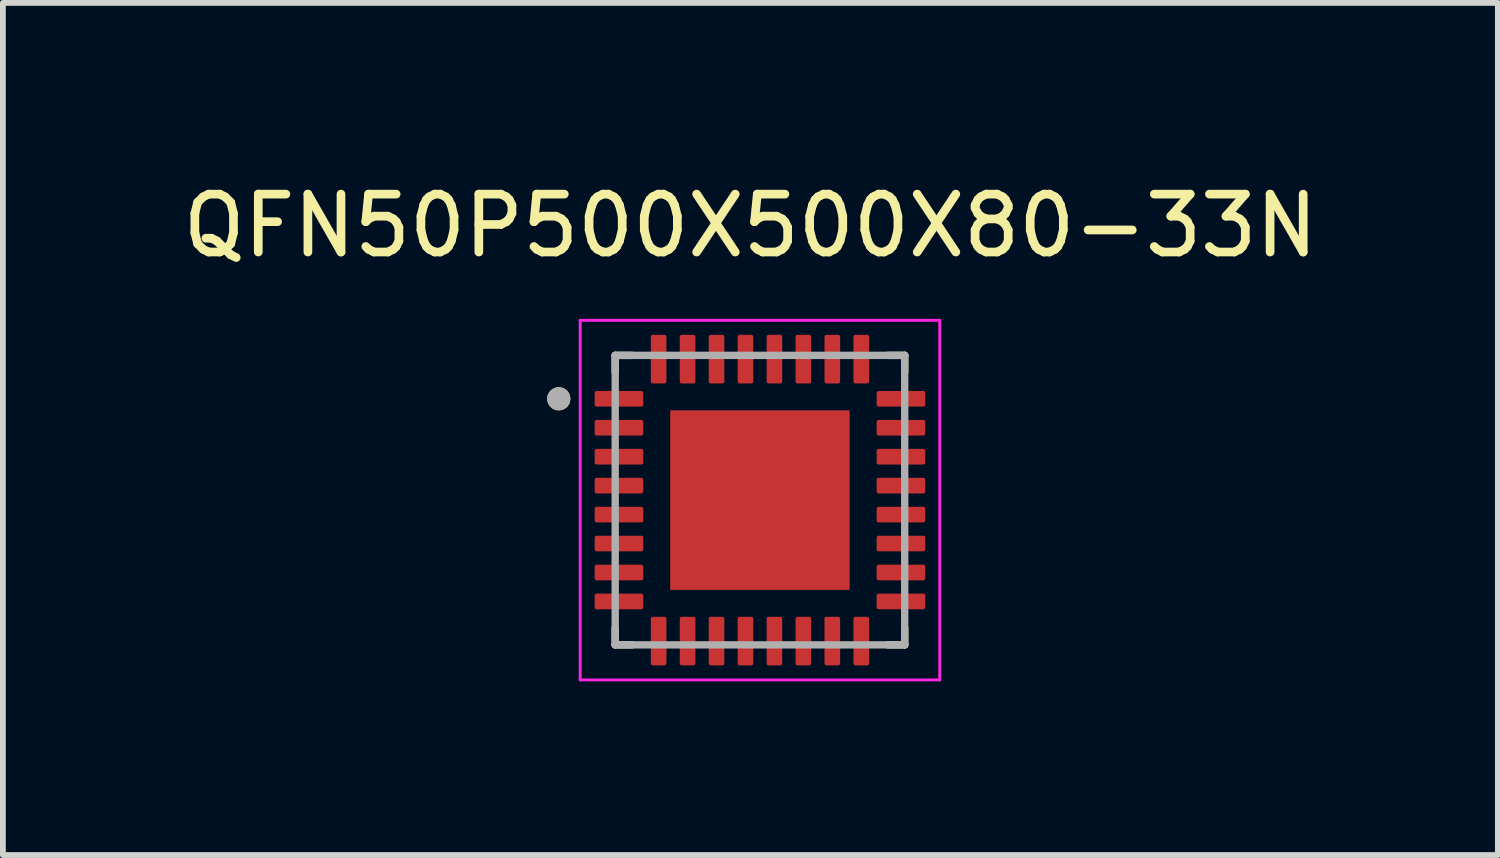
<source format=kicad_pcb>
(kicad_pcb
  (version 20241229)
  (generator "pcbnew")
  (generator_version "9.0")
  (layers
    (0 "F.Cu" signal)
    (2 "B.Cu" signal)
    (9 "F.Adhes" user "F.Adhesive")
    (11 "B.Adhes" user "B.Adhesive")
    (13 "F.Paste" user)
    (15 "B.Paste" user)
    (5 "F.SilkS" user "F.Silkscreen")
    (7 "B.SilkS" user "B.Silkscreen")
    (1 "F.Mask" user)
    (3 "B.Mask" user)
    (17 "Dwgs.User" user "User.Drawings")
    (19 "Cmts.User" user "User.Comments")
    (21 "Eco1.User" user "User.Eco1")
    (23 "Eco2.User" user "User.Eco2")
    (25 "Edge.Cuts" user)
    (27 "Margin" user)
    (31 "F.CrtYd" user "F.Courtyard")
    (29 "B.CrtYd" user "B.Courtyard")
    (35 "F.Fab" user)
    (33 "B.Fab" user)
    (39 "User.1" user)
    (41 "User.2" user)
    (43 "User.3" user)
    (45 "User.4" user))
  (footprint "QFN50P500X500X80-33N"
    (layer "F.Cu")
    (at 10.076 5.588)
    (property "Reference" "QFN50P500X500X80-33N" (at -0.165 -4.74 0) (layer "F.SilkS") (effects (font (size 1 1) (thickness 0.15))))
    (attr smd)
    (fp_line (start -2.5 -2.5) (end -2.5 -2.205) (stroke (width 0.127) (type solid)) (layer "F.SilkS"))
    (fp_line (start -2.5 -2.5) (end -2.205 -2.5) (stroke (width 0.127) (type solid)) (layer "F.SilkS"))
    (fp_line (start -2.5 2.5) (end -2.5 2.205) (stroke (width 0.127) (type solid)) (layer "F.SilkS"))
    (fp_line (start -2.5 2.5) (end -2.205 2.5) (stroke (width 0.127) (type solid)) (layer "F.SilkS"))
    (fp_line (start 2.5 -2.5) (end 2.205 -2.5) (stroke (width 0.127) (type solid)) (layer "F.SilkS"))
    (fp_line (start 2.5 -2.5) (end 2.5 -2.205) (stroke (width 0.127) (type solid)) (layer "F.SilkS"))
    (fp_line (start 2.5 2.5) (end 2.205 2.5) (stroke (width 0.127) (type solid)) (layer "F.SilkS"))
    (fp_line (start 2.5 2.5) (end 2.5 2.205) (stroke (width 0.127) (type solid)) (layer "F.SilkS"))
    (fp_circle (center -3.475 -1.75) (end -3.375 -1.75) (stroke (width 0.2) (type solid)) (fill no) (layer "F.SilkS"))
    (fp_poly (pts (xy -0.98 -0.98) (xy 0.98 -0.98) (xy 0.98 0.98) (xy -0.98 0.98)) (stroke (width 0.01) (type solid)) (fill yes) (layer "F.Paste"))
    (fp_line (start -3.105 -3.105) (end 3.105 -3.105) (stroke (width 0.05) (type solid)) (layer "F.CrtYd"))
    (fp_line (start -3.105 3.105) (end -3.105 -3.105) (stroke (width 0.05) (type solid)) (layer "F.CrtYd"))
    (fp_line (start -3.105 3.105) (end 3.105 3.105) (stroke (width 0.05) (type solid)) (layer "F.CrtYd"))
    (fp_line (start 3.105 3.105) (end 3.105 -3.105) (stroke (width 0.05) (type solid)) (layer "F.CrtYd"))
    (fp_line (start -2.5 2.5) (end -2.5 -2.5) (stroke (width 0.127) (type solid)) (layer "F.Fab"))
    (fp_line (start 2.5 -2.5) (end -2.5 -2.5) (stroke (width 0.127) (type solid)) (layer "F.Fab"))
    (fp_line (start 2.5 2.5) (end -2.5 2.5) (stroke (width 0.127) (type solid)) (layer "F.Fab"))
    (fp_line (start 2.5 2.5) (end 2.5 -2.5) (stroke (width 0.127) (type solid)) (layer "F.Fab"))
    (fp_circle (center -3.475 -1.75) (end -3.375 -1.75) (stroke (width 0.2) (type solid)) (fill no) (layer "F.Fab"))
    (pad "1" smd roundrect (at -2.435 -1.75) (size 0.84 0.27) (layers "F.Cu" "F.Mask" "F.Paste") (roundrect_rratio 0.125))
    (pad "2" smd roundrect (at -2.435 -1.25) (size 0.84 0.27) (layers "F.Cu" "F.Mask" "F.Paste") (roundrect_rratio 0.125))
    (pad "3" smd roundrect (at -2.435 -0.75) (size 0.84 0.27) (layers "F.Cu" "F.Mask" "F.Paste") (roundrect_rratio 0.125))
    (pad "4" smd roundrect (at -2.435 -0.25) (size 0.84 0.27) (layers "F.Cu" "F.Mask" "F.Paste") (roundrect_rratio 0.125))
    (pad "5" smd roundrect (at -2.435 0.25) (size 0.84 0.27) (layers "F.Cu" "F.Mask" "F.Paste") (roundrect_rratio 0.125))
    (pad "6" smd roundrect (at -2.435 0.75) (size 0.84 0.27) (layers "F.Cu" "F.Mask" "F.Paste") (roundrect_rratio 0.125))
    (pad "7" smd roundrect (at -2.435 1.25) (size 0.84 0.27) (layers "F.Cu" "F.Mask" "F.Paste") (roundrect_rratio 0.125))
    (pad "8" smd roundrect (at -2.435 1.75) (size 0.84 0.27) (layers "F.Cu" "F.Mask" "F.Paste") (roundrect_rratio 0.125))
    (pad "9" smd roundrect (at -1.75 2.435) (size 0.27 0.84) (layers "F.Cu" "F.Mask" "F.Paste") (roundrect_rratio 0.125))
    (pad "10" smd roundrect (at -1.25 2.435) (size 0.27 0.84) (layers "F.Cu" "F.Mask" "F.Paste") (roundrect_rratio 0.125))
    (pad "11" smd roundrect (at -0.75 2.435) (size 0.27 0.84) (layers "F.Cu" "F.Mask" "F.Paste") (roundrect_rratio 0.125))
    (pad "12" smd roundrect (at -0.25 2.435) (size 0.27 0.84) (layers "F.Cu" "F.Mask" "F.Paste") (roundrect_rratio 0.125))
    (pad "13" smd roundrect (at 0.25 2.435) (size 0.27 0.84) (layers "F.Cu" "F.Mask" "F.Paste") (roundrect_rratio 0.125))
    (pad "14" smd roundrect (at 0.75 2.435) (size 0.27 0.84) (layers "F.Cu" "F.Mask" "F.Paste") (roundrect_rratio 0.125))
    (pad "15" smd roundrect (at 1.25 2.435) (size 0.27 0.84) (layers "F.Cu" "F.Mask" "F.Paste") (roundrect_rratio 0.125))
    (pad "16" smd roundrect (at 1.75 2.435) (size 0.27 0.84) (layers "F.Cu" "F.Mask" "F.Paste") (roundrect_rratio 0.125))
    (pad "17" smd roundrect (at 2.435 1.75) (size 0.84 0.27) (layers "F.Cu" "F.Mask" "F.Paste") (roundrect_rratio 0.125))
    (pad "18" smd roundrect (at 2.435 1.25) (size 0.84 0.27) (layers "F.Cu" "F.Mask" "F.Paste") (roundrect_rratio 0.125))
    (pad "19" smd roundrect (at 2.435 0.75) (size 0.84 0.27) (layers "F.Cu" "F.Mask" "F.Paste") (roundrect_rratio 0.125))
    (pad "20" smd roundrect (at 2.435 0.25) (size 0.84 0.27) (layers "F.Cu" "F.Mask" "F.Paste") (roundrect_rratio 0.125))
    (pad "21" smd roundrect (at 2.435 -0.25) (size 0.84 0.27) (layers "F.Cu" "F.Mask" "F.Paste") (roundrect_rratio 0.125))
    (pad "22" smd roundrect (at 2.435 -0.75) (size 0.84 0.27) (layers "F.Cu" "F.Mask" "F.Paste") (roundrect_rratio 0.125))
    (pad "23" smd roundrect (at 2.435 -1.25) (size 0.84 0.27) (layers "F.Cu" "F.Mask" "F.Paste") (roundrect_rratio 0.125))
    (pad "24" smd roundrect (at 2.435 -1.75) (size 0.84 0.27) (layers "F.Cu" "F.Mask" "F.Paste") (roundrect_rratio 0.125))
    (pad "25" smd roundrect (at 1.75 -2.435) (size 0.27 0.84) (layers "F.Cu" "F.Mask" "F.Paste") (roundrect_rratio 0.125))
    (pad "26" smd roundrect (at 1.25 -2.435) (size 0.27 0.84) (layers "F.Cu" "F.Mask" "F.Paste") (roundrect_rratio 0.125))
    (pad "27" smd roundrect (at 0.75 -2.435) (size 0.27 0.84) (layers "F.Cu" "F.Mask" "F.Paste") (roundrect_rratio 0.125))
    (pad "28" smd roundrect (at 0.25 -2.435) (size 0.27 0.84) (layers "F.Cu" "F.Mask" "F.Paste") (roundrect_rratio 0.125))
    (pad "29" smd roundrect (at -0.25 -2.435) (size 0.27 0.84) (layers "F.Cu" "F.Mask" "F.Paste") (roundrect_rratio 0.125))
    (pad "30" smd roundrect (at -0.75 -2.435) (size 0.27 0.84) (layers "F.Cu" "F.Mask" "F.Paste") (roundrect_rratio 0.125))
    (pad "31" smd roundrect (at -1.25 -2.435) (size 0.27 0.84) (layers "F.Cu" "F.Mask" "F.Paste") (roundrect_rratio 0.125))
    (pad "32" smd roundrect (at -1.75 -2.435) (size 0.27 0.84) (layers "F.Cu" "F.Mask" "F.Paste") (roundrect_rratio 0.125))
    (pad "33" smd rect (at 0 0) (size 3.1 3.1) (layers "F.Cu" "F.Mask")))
  (gr_rect
    (start -3 -3)
    (end 22.821 11.718)
    (stroke (width 0.1) (type default))
    (fill no)
    (layer "Edge.Cuts")))
</source>
